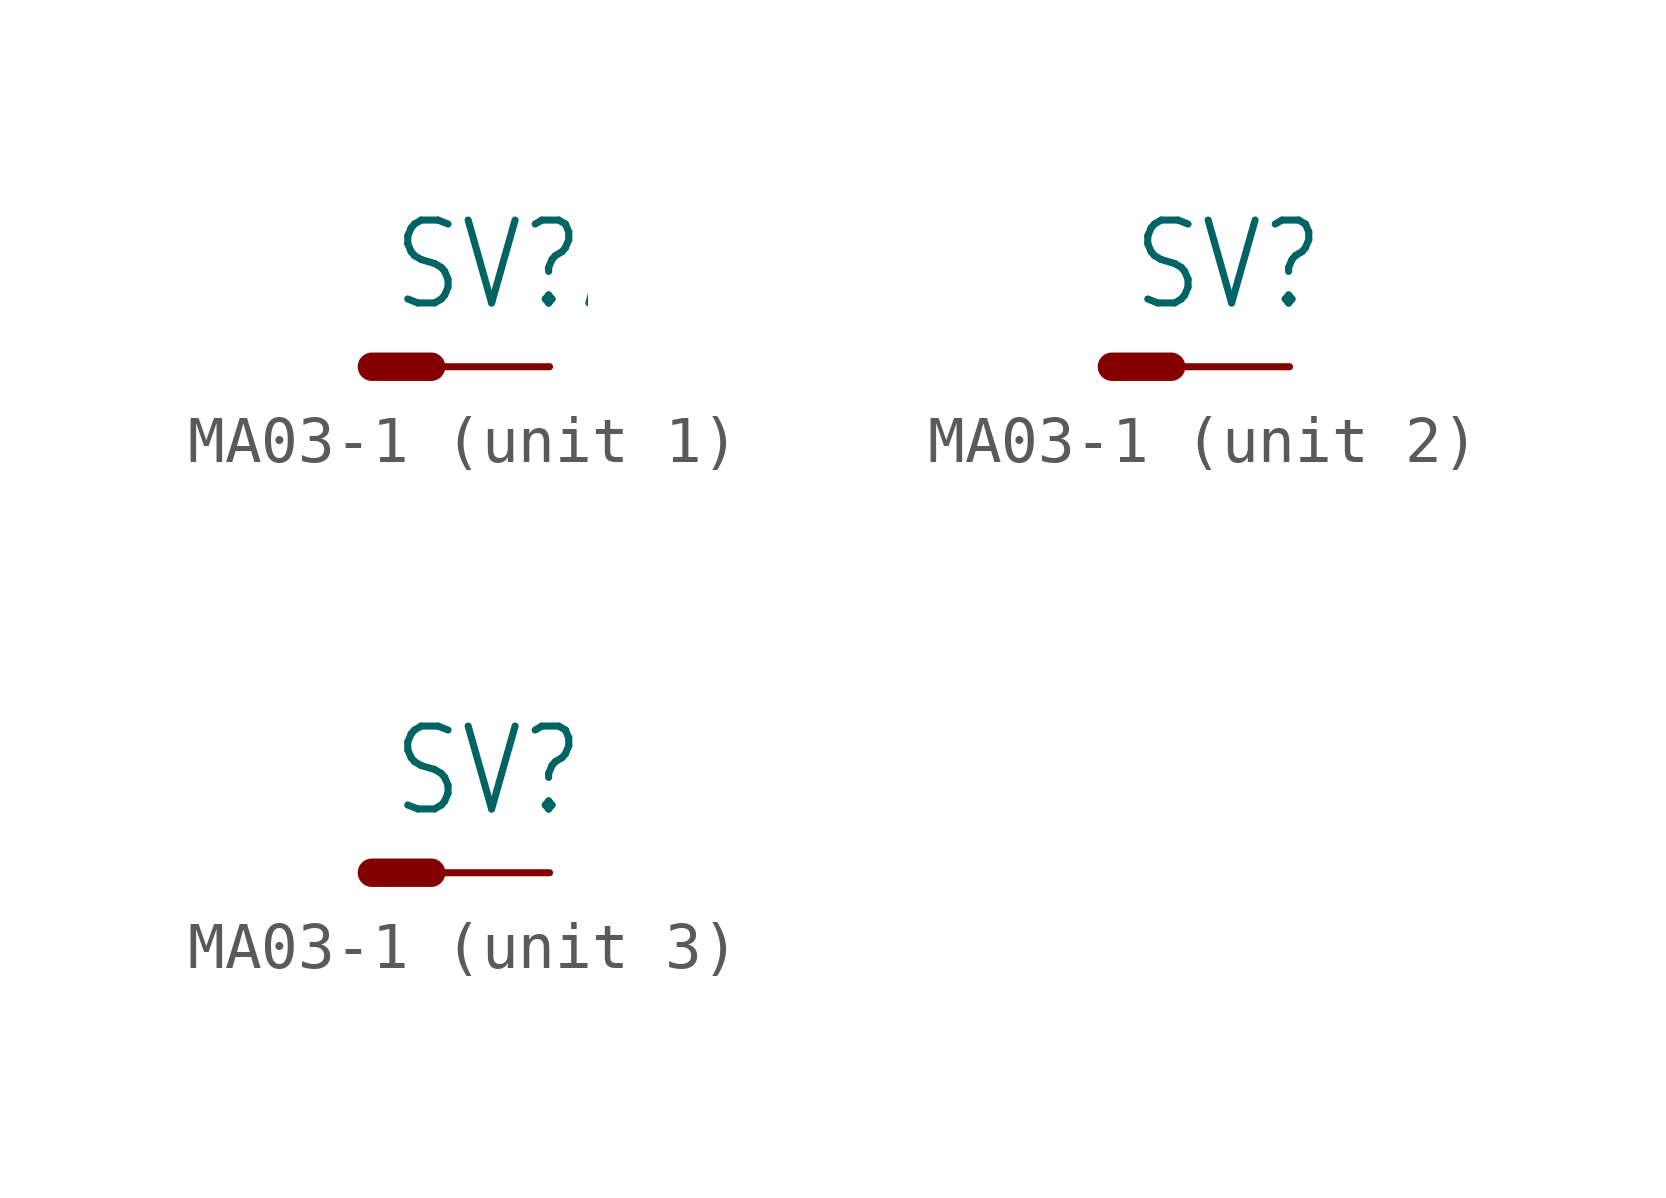
<source format=kicad_sym>
(kicad_symbol_lib
  (version 20211014)
  (generator kicad_symbol_editor)
  (symbol "MA03-1"
    (property "Reference" "SV"
      (at -3.429 1.143 0)
      (effects (font (size 1.778 1.511)) (justify left bottom)))
    (property "ki_locked" ""
      (at 0 0 0)
      (effects (font (size 1.27 1.27))))
    (symbol "MA03-1_1_0"
      (polyline (pts (xy -3.81 0) (xy -2.54 0)) (stroke (width 0.61) (type default) (color 0 0 0 0)) (fill (type none)))
      (pin passive line (at 0 0 180) (length 2.54) (name "P$1" (effects (font (size 0 0)))) (number "1" (effects (font (size 0 0))))))
    (symbol "MA03-1_2_0"
      (polyline (pts (xy -3.81 0) (xy -2.54 0)) (stroke (width 0.61) (type default) (color 0 0 0 0)) (fill (type none)))
      (pin passive line (at 0 0 180) (length 2.54) (name "P$1" (effects (font (size 0 0)))) (number "2" (effects (font (size 0 0))))))
    (symbol "MA03-1_3_0"
      (polyline (pts (xy -3.81 0) (xy -2.54 0)) (stroke (width 0.61) (type default) (color 0 0 0 0)) (fill (type none)))
      (pin passive line (at 0 0 180) (length 2.54) (name "P$1" (effects (font (size 0 0)))) (number "3" (effects (font (size 0 0))))))))
</source>
